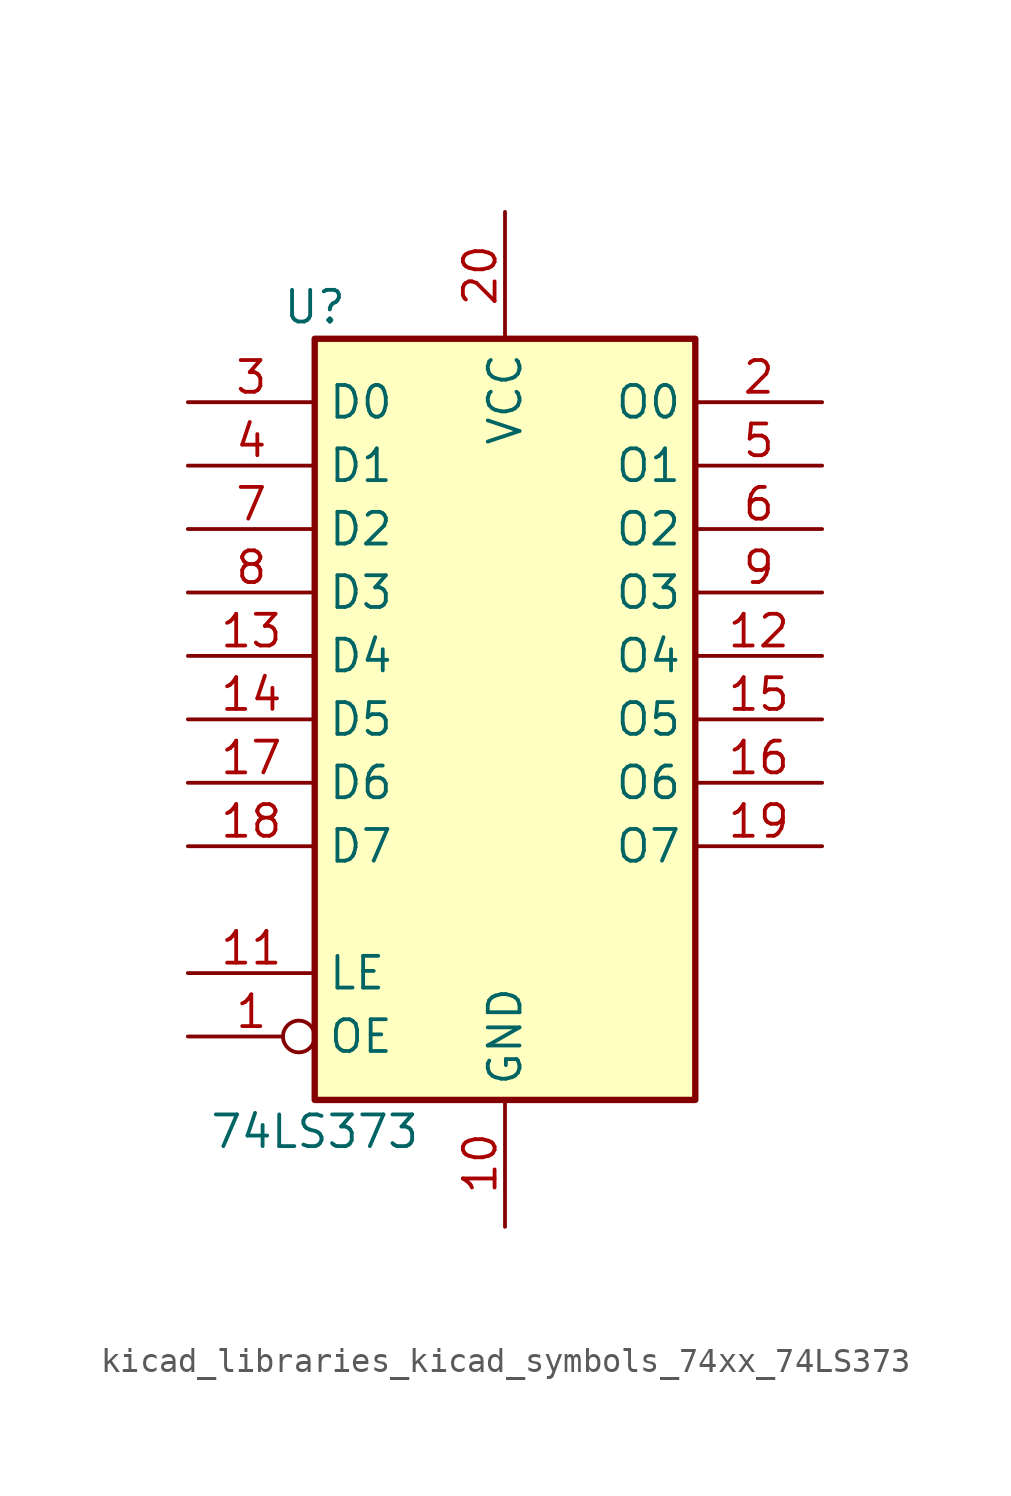
<source format=kicad_sym>
(kicad_symbol_lib
  (version 20220914)
  (generator kicad_symbol_editor)
  (symbol "kicad_libraries_kicad_symbols_74xx_74LS373"
    (property "Reference" "U"
      (at -7.62 16.51 0)
      (effects (font (size 1.27 1.27))))
    (property "Value" "74LS373"
      (at -7.62 -16.51 0)
      (effects (font (size 1.27 1.27))))
    (symbol "kicad_libraries_kicad_symbols_74xx_74LS373_1_0"
      (pin input inverted (at -12.7 -12.7 0) (length 5.08) (name "OE" (effects (font (size 1.27 1.27)))) (number "1" (effects (font (size 1.27 1.27)))))
      (pin power_in line (at 0 -20.32 90) (length 5.08) (name "GND" (effects (font (size 1.27 1.27)))) (number "10" (effects (font (size 1.27 1.27)))))
      (pin input line (at -12.7 -10.16 0) (length 5.08) (name "LE" (effects (font (size 1.27 1.27)))) (number "11" (effects (font (size 1.27 1.27)))))
      (pin tri_state line (at 12.7 2.54 180) (length 5.08) (name "O4" (effects (font (size 1.27 1.27)))) (number "12" (effects (font (size 1.27 1.27)))))
      (pin input line (at -12.7 2.54 0) (length 5.08) (name "D4" (effects (font (size 1.27 1.27)))) (number "13" (effects (font (size 1.27 1.27)))))
      (pin input line (at -12.7 0 0) (length 5.08) (name "D5" (effects (font (size 1.27 1.27)))) (number "14" (effects (font (size 1.27 1.27)))))
      (pin tri_state line (at 12.7 0 180) (length 5.08) (name "O5" (effects (font (size 1.27 1.27)))) (number "15" (effects (font (size 1.27 1.27)))))
      (pin tri_state line (at 12.7 -2.54 180) (length 5.08) (name "O6" (effects (font (size 1.27 1.27)))) (number "16" (effects (font (size 1.27 1.27)))))
      (pin input line (at -12.7 -2.54 0) (length 5.08) (name "D6" (effects (font (size 1.27 1.27)))) (number "17" (effects (font (size 1.27 1.27)))))
      (pin input line (at -12.7 -5.08 0) (length 5.08) (name "D7" (effects (font (size 1.27 1.27)))) (number "18" (effects (font (size 1.27 1.27)))))
      (pin tri_state line (at 12.7 -5.08 180) (length 5.08) (name "O7" (effects (font (size 1.27 1.27)))) (number "19" (effects (font (size 1.27 1.27)))))
      (pin tri_state line (at 12.7 12.7 180) (length 5.08) (name "O0" (effects (font (size 1.27 1.27)))) (number "2" (effects (font (size 1.27 1.27)))))
      (pin power_in line (at 0 20.32 270) (length 5.08) (name "VCC" (effects (font (size 1.27 1.27)))) (number "20" (effects (font (size 1.27 1.27)))))
      (pin input line (at -12.7 12.7 0) (length 5.08) (name "D0" (effects (font (size 1.27 1.27)))) (number "3" (effects (font (size 1.27 1.27)))))
      (pin input line (at -12.7 10.16 0) (length 5.08) (name "D1" (effects (font (size 1.27 1.27)))) (number "4" (effects (font (size 1.27 1.27)))))
      (pin tri_state line (at 12.7 10.16 180) (length 5.08) (name "O1" (effects (font (size 1.27 1.27)))) (number "5" (effects (font (size 1.27 1.27)))))
      (pin tri_state line (at 12.7 7.62 180) (length 5.08) (name "O2" (effects (font (size 1.27 1.27)))) (number "6" (effects (font (size 1.27 1.27)))))
      (pin input line (at -12.7 7.62 0) (length 5.08) (name "D2" (effects (font (size 1.27 1.27)))) (number "7" (effects (font (size 1.27 1.27)))))
      (pin input line (at -12.7 5.08 0) (length 5.08) (name "D3" (effects (font (size 1.27 1.27)))) (number "8" (effects (font (size 1.27 1.27)))))
      (pin tri_state line (at 12.7 5.08 180) (length 5.08) (name "O3" (effects (font (size 1.27 1.27)))) (number "9" (effects (font (size 1.27 1.27))))))
    (symbol "kicad_libraries_kicad_symbols_74xx_74LS373_1_1"
      (rectangle (start -7.62 15.24) (end 7.62 -15.24) (stroke (width 0.254) (type default)) (fill (type background))))))
</source>
